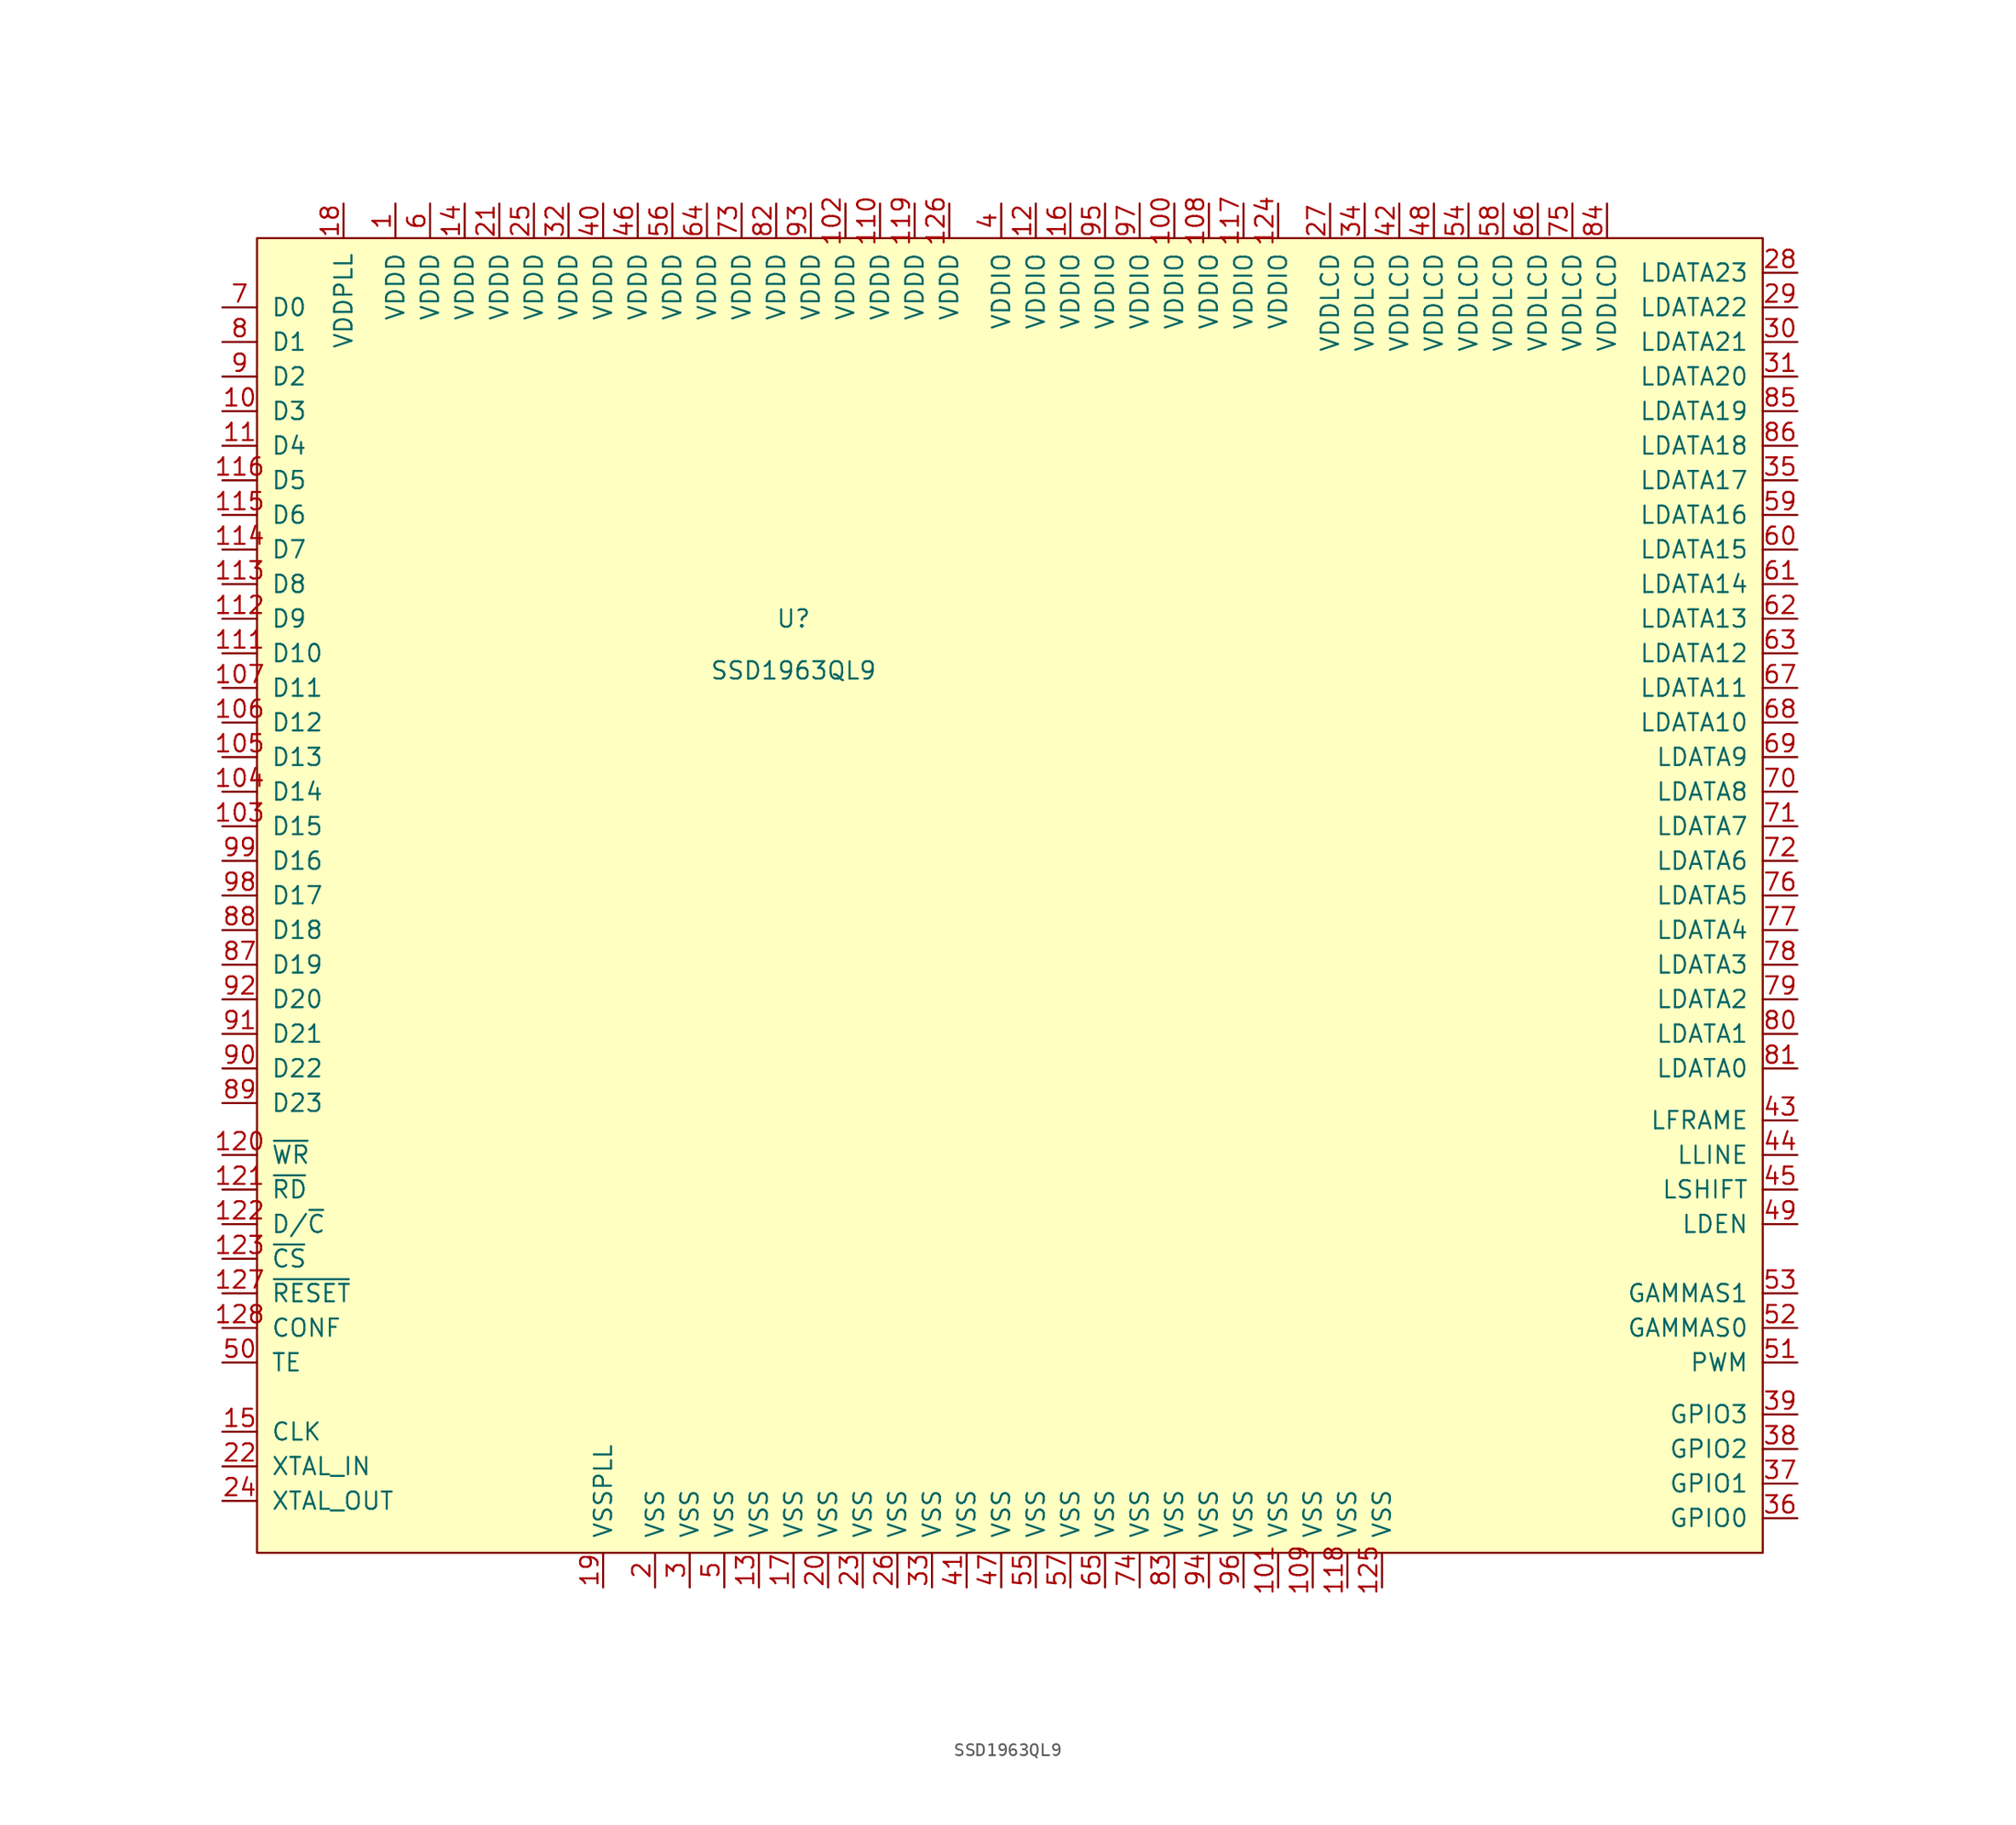
<source format=kicad_sym>
(kicad_symbol_lib
  (version 20241209)
  (generator "kicad_symbol_editor")
  (generator_version "9.0")
  (symbol "SSD1963QL9"
    (pin_names
      (offset 1.016))
    (property "Reference" "U"
      (at -12.7 16.51 0)
      (effects (font (size 1.27 1.27))))
    (property "Value" "SSD1963QL9"
      (at -12.7 12.7 0)
      (effects (font (size 1.27 1.27))))
    (symbol "SSD1963QL9_0_1"
      (rectangle (start -52.07 44.45) (end 58.42 -52.07) (stroke (width 0) (type solid)) (fill (type background))))
    (symbol "SSD1963QL9_1_1"
      (pin input line (at -54.61 39.37 0) (length 2.54) (name "D0" (effects (font (size 1.27 1.27)))) (number "7" (effects (font (size 1.27 1.27)))))
      (pin input line (at -54.61 36.83 0) (length 2.54) (name "D1" (effects (font (size 1.27 1.27)))) (number "8" (effects (font (size 1.27 1.27)))))
      (pin input line (at -54.61 34.29 0) (length 2.54) (name "D2" (effects (font (size 1.27 1.27)))) (number "9" (effects (font (size 1.27 1.27)))))
      (pin input line (at -54.61 31.75 0) (length 2.54) (name "D3" (effects (font (size 1.27 1.27)))) (number "10" (effects (font (size 1.27 1.27)))))
      (pin input line (at -54.61 29.21 0) (length 2.54) (name "D4" (effects (font (size 1.27 1.27)))) (number "11" (effects (font (size 1.27 1.27)))))
      (pin input line (at -54.61 26.67 0) (length 2.54) (name "D5" (effects (font (size 1.27 1.27)))) (number "116" (effects (font (size 1.27 1.27)))))
      (pin input line (at -54.61 24.13 0) (length 2.54) (name "D6" (effects (font (size 1.27 1.27)))) (number "115" (effects (font (size 1.27 1.27)))))
      (pin input line (at -54.61 21.59 0) (length 2.54) (name "D7" (effects (font (size 1.27 1.27)))) (number "114" (effects (font (size 1.27 1.27)))))
      (pin input line (at -54.61 19.05 0) (length 2.54) (name "D8" (effects (font (size 1.27 1.27)))) (number "113" (effects (font (size 1.27 1.27)))))
      (pin input line (at -54.61 16.51 0) (length 2.54) (name "D9" (effects (font (size 1.27 1.27)))) (number "112" (effects (font (size 1.27 1.27)))))
      (pin input line (at -54.61 13.97 0) (length 2.54) (name "D10" (effects (font (size 1.27 1.27)))) (number "111" (effects (font (size 1.27 1.27)))))
      (pin input line (at -54.61 11.43 0) (length 2.54) (name "D11" (effects (font (size 1.27 1.27)))) (number "107" (effects (font (size 1.27 1.27)))))
      (pin input line (at -54.61 8.89 0) (length 2.54) (name "D12" (effects (font (size 1.27 1.27)))) (number "106" (effects (font (size 1.27 1.27)))))
      (pin input line (at -54.61 6.35 0) (length 2.54) (name "D13" (effects (font (size 1.27 1.27)))) (number "105" (effects (font (size 1.27 1.27)))))
      (pin input line (at -54.61 3.81 0) (length 2.54) (name "D14" (effects (font (size 1.27 1.27)))) (number "104" (effects (font (size 1.27 1.27)))))
      (pin input line (at -54.61 1.27 0) (length 2.54) (name "D15" (effects (font (size 1.27 1.27)))) (number "103" (effects (font (size 1.27 1.27)))))
      (pin input line (at -54.61 -1.27 0) (length 2.54) (name "D16" (effects (font (size 1.27 1.27)))) (number "99" (effects (font (size 1.27 1.27)))))
      (pin input line (at -54.61 -3.81 0) (length 2.54) (name "D17" (effects (font (size 1.27 1.27)))) (number "98" (effects (font (size 1.27 1.27)))))
      (pin input line (at -54.61 -6.35 0) (length 2.54) (name "D18" (effects (font (size 1.27 1.27)))) (number "88" (effects (font (size 1.27 1.27)))))
      (pin input line (at -54.61 -8.89 0) (length 2.54) (name "D19" (effects (font (size 1.27 1.27)))) (number "87" (effects (font (size 1.27 1.27)))))
      (pin input line (at -54.61 -11.43 0) (length 2.54) (name "D20" (effects (font (size 1.27 1.27)))) (number "92" (effects (font (size 1.27 1.27)))))
      (pin input line (at -54.61 -13.97 0) (length 2.54) (name "D21" (effects (font (size 1.27 1.27)))) (number "91" (effects (font (size 1.27 1.27)))))
      (pin input line (at -54.61 -16.51 0) (length 2.54) (name "D22" (effects (font (size 1.27 1.27)))) (number "90" (effects (font (size 1.27 1.27)))))
      (pin input line (at -54.61 -19.05 0) (length 2.54) (name "D23" (effects (font (size 1.27 1.27)))) (number "89" (effects (font (size 1.27 1.27)))))
      (pin input line (at -54.61 -22.86 0) (length 2.54) (name "~{WR}" (effects (font (size 1.27 1.27)))) (number "120" (effects (font (size 1.27 1.27)))))
      (pin input line (at -54.61 -25.4 0) (length 2.54) (name "~{RD}" (effects (font (size 1.27 1.27)))) (number "121" (effects (font (size 1.27 1.27)))))
      (pin input line (at -54.61 -27.94 0) (length 2.54) (name "D/~{C}" (effects (font (size 1.27 1.27)))) (number "122" (effects (font (size 1.27 1.27)))))
      (pin input line (at -54.61 -30.48 0) (length 2.54) (name "~{CS}" (effects (font (size 1.27 1.27)))) (number "123" (effects (font (size 1.27 1.27)))))
      (pin input line (at -54.61 -33.02 0) (length 2.54) (name "~{RESET}" (effects (font (size 1.27 1.27)))) (number "127" (effects (font (size 1.27 1.27)))))
      (pin input line (at -54.61 -35.56 0) (length 2.54) (name "CONF" (effects (font (size 1.27 1.27)))) (number "128" (effects (font (size 1.27 1.27)))))
      (pin input line (at -54.61 -38.1 0) (length 2.54) (name "TE" (effects (font (size 1.27 1.27)))) (number "50" (effects (font (size 1.27 1.27)))))
      (pin input line (at -54.61 -43.18 0) (length 2.54) (name "CLK" (effects (font (size 1.27 1.27)))) (number "15" (effects (font (size 1.27 1.27)))))
      (pin input line (at -54.61 -45.72 0) (length 2.54) (name "XTAL_IN" (effects (font (size 1.27 1.27)))) (number "22" (effects (font (size 1.27 1.27)))))
      (pin input line (at -54.61 -48.26 0) (length 2.54) (name "XTAL_OUT" (effects (font (size 1.27 1.27)))) (number "24" (effects (font (size 1.27 1.27)))))
      (pin power_in line (at -45.72 46.99 270) (length 2.54) (name "VDDPLL" (effects (font (size 1.27 1.27)))) (number "18" (effects (font (size 1.27 1.27)))))
      (pin power_in line (at -41.91 46.99 270) (length 2.54) (name "VDDD" (effects (font (size 1.27 1.27)))) (number "1" (effects (font (size 1.27 1.27)))))
      (pin power_in line (at -39.37 46.99 270) (length 2.54) (name "VDDD" (effects (font (size 1.27 1.27)))) (number "6" (effects (font (size 1.27 1.27)))))
      (pin power_in line (at -36.83 46.99 270) (length 2.54) (name "VDDD" (effects (font (size 1.27 1.27)))) (number "14" (effects (font (size 1.27 1.27)))))
      (pin power_in line (at -34.29 46.99 270) (length 2.54) (name "VDDD" (effects (font (size 1.27 1.27)))) (number "21" (effects (font (size 1.27 1.27)))))
      (pin power_in line (at -31.75 46.99 270) (length 2.54) (name "VDDD" (effects (font (size 1.27 1.27)))) (number "25" (effects (font (size 1.27 1.27)))))
      (pin power_in line (at -29.21 46.99 270) (length 2.54) (name "VDDD" (effects (font (size 1.27 1.27)))) (number "32" (effects (font (size 1.27 1.27)))))
      (pin power_in line (at -26.67 46.99 270) (length 2.54) (name "VDDD" (effects (font (size 1.27 1.27)))) (number "40" (effects (font (size 1.27 1.27)))))
      (pin power_in line (at -26.67 -54.61 90) (length 2.54) (name "VSSPLL" (effects (font (size 1.27 1.27)))) (number "19" (effects (font (size 1.27 1.27)))))
      (pin power_in line (at -24.13 46.99 270) (length 2.54) (name "VDDD" (effects (font (size 1.27 1.27)))) (number "46" (effects (font (size 1.27 1.27)))))
      (pin power_in line (at -22.86 -54.61 90) (length 2.54) (name "VSS" (effects (font (size 1.27 1.27)))) (number "2" (effects (font (size 1.27 1.27)))))
      (pin power_in line (at -21.59 46.99 270) (length 2.54) (name "VDDD" (effects (font (size 1.27 1.27)))) (number "56" (effects (font (size 1.27 1.27)))))
      (pin power_in line (at -20.32 -54.61 90) (length 2.54) (name "VSS" (effects (font (size 1.27 1.27)))) (number "3" (effects (font (size 1.27 1.27)))))
      (pin power_in line (at -19.05 46.99 270) (length 2.54) (name "VDDD" (effects (font (size 1.27 1.27)))) (number "64" (effects (font (size 1.27 1.27)))))
      (pin power_in line (at -17.78 -54.61 90) (length 2.54) (name "VSS" (effects (font (size 1.27 1.27)))) (number "5" (effects (font (size 1.27 1.27)))))
      (pin power_in line (at -16.51 46.99 270) (length 2.54) (name "VDDD" (effects (font (size 1.27 1.27)))) (number "73" (effects (font (size 1.27 1.27)))))
      (pin power_in line (at -15.24 -54.61 90) (length 2.54) (name "VSS" (effects (font (size 1.27 1.27)))) (number "13" (effects (font (size 1.27 1.27)))))
      (pin power_in line (at -13.97 46.99 270) (length 2.54) (name "VDDD" (effects (font (size 1.27 1.27)))) (number "82" (effects (font (size 1.27 1.27)))))
      (pin power_in line (at -12.7 -54.61 90) (length 2.54) (name "VSS" (effects (font (size 1.27 1.27)))) (number "17" (effects (font (size 1.27 1.27)))))
      (pin power_in line (at -11.43 46.99 270) (length 2.54) (name "VDDD" (effects (font (size 1.27 1.27)))) (number "93" (effects (font (size 1.27 1.27)))))
      (pin power_in line (at -10.16 -54.61 90) (length 2.54) (name "VSS" (effects (font (size 1.27 1.27)))) (number "20" (effects (font (size 1.27 1.27)))))
      (pin power_in line (at -8.89 46.99 270) (length 2.54) (name "VDDD" (effects (font (size 1.27 1.27)))) (number "102" (effects (font (size 1.27 1.27)))))
      (pin power_in line (at -7.62 -54.61 90) (length 2.54) (name "VSS" (effects (font (size 1.27 1.27)))) (number "23" (effects (font (size 1.27 1.27)))))
      (pin power_in line (at -6.35 46.99 270) (length 2.54) (name "VDDD" (effects (font (size 1.27 1.27)))) (number "110" (effects (font (size 1.27 1.27)))))
      (pin power_in line (at -5.08 -54.61 90) (length 2.54) (name "VSS" (effects (font (size 1.27 1.27)))) (number "26" (effects (font (size 1.27 1.27)))))
      (pin power_in line (at -3.81 46.99 270) (length 2.54) (name "VDDD" (effects (font (size 1.27 1.27)))) (number "119" (effects (font (size 1.27 1.27)))))
      (pin power_in line (at -2.54 -54.61 90) (length 2.54) (name "VSS" (effects (font (size 1.27 1.27)))) (number "33" (effects (font (size 1.27 1.27)))))
      (pin power_in line (at -1.27 46.99 270) (length 2.54) (name "VDDD" (effects (font (size 1.27 1.27)))) (number "126" (effects (font (size 1.27 1.27)))))
      (pin power_in line (at 0 -54.61 90) (length 2.54) (name "VSS" (effects (font (size 1.27 1.27)))) (number "41" (effects (font (size 1.27 1.27)))))
      (pin power_in line (at 2.54 46.99 270) (length 2.54) (name "VDDIO" (effects (font (size 1.27 1.27)))) (number "4" (effects (font (size 1.27 1.27)))))
      (pin power_in line (at 2.54 -54.61 90) (length 2.54) (name "VSS" (effects (font (size 1.27 1.27)))) (number "47" (effects (font (size 1.27 1.27)))))
      (pin power_in line (at 5.08 46.99 270) (length 2.54) (name "VDDIO" (effects (font (size 1.27 1.27)))) (number "12" (effects (font (size 1.27 1.27)))))
      (pin power_in line (at 5.08 -54.61 90) (length 2.54) (name "VSS" (effects (font (size 1.27 1.27)))) (number "55" (effects (font (size 1.27 1.27)))))
      (pin power_in line (at 7.62 46.99 270) (length 2.54) (name "VDDIO" (effects (font (size 1.27 1.27)))) (number "16" (effects (font (size 1.27 1.27)))))
      (pin power_in line (at 7.62 -54.61 90) (length 2.54) (name "VSS" (effects (font (size 1.27 1.27)))) (number "57" (effects (font (size 1.27 1.27)))))
      (pin power_in line (at 10.16 46.99 270) (length 2.54) (name "VDDIO" (effects (font (size 1.27 1.27)))) (number "95" (effects (font (size 1.27 1.27)))))
      (pin power_in line (at 10.16 -54.61 90) (length 2.54) (name "VSS" (effects (font (size 1.27 1.27)))) (number "65" (effects (font (size 1.27 1.27)))))
      (pin power_in line (at 12.7 46.99 270) (length 2.54) (name "VDDIO" (effects (font (size 1.27 1.27)))) (number "97" (effects (font (size 1.27 1.27)))))
      (pin power_in line (at 12.7 -54.61 90) (length 2.54) (name "VSS" (effects (font (size 1.27 1.27)))) (number "74" (effects (font (size 1.27 1.27)))))
      (pin power_in line (at 15.24 46.99 270) (length 2.54) (name "VDDIO" (effects (font (size 1.27 1.27)))) (number "100" (effects (font (size 1.27 1.27)))))
      (pin power_in line (at 15.24 -54.61 90) (length 2.54) (name "VSS" (effects (font (size 1.27 1.27)))) (number "83" (effects (font (size 1.27 1.27)))))
      (pin power_in line (at 17.78 46.99 270) (length 2.54) (name "VDDIO" (effects (font (size 1.27 1.27)))) (number "108" (effects (font (size 1.27 1.27)))))
      (pin power_in line (at 17.78 -54.61 90) (length 2.54) (name "VSS" (effects (font (size 1.27 1.27)))) (number "94" (effects (font (size 1.27 1.27)))))
      (pin power_in line (at 20.32 46.99 270) (length 2.54) (name "VDDIO" (effects (font (size 1.27 1.27)))) (number "117" (effects (font (size 1.27 1.27)))))
      (pin power_in line (at 20.32 -54.61 90) (length 2.54) (name "VSS" (effects (font (size 1.27 1.27)))) (number "96" (effects (font (size 1.27 1.27)))))
      (pin power_in line (at 22.86 46.99 270) (length 2.54) (name "VDDIO" (effects (font (size 1.27 1.27)))) (number "124" (effects (font (size 1.27 1.27)))))
      (pin power_in line (at 22.86 -54.61 90) (length 2.54) (name "VSS" (effects (font (size 1.27 1.27)))) (number "101" (effects (font (size 1.27 1.27)))))
      (pin power_in line (at 25.4 -54.61 90) (length 2.54) (name "VSS" (effects (font (size 1.27 1.27)))) (number "109" (effects (font (size 1.27 1.27)))))
      (pin power_in line (at 26.67 46.99 270) (length 2.54) (name "VDDLCD" (effects (font (size 1.27 1.27)))) (number "27" (effects (font (size 1.27 1.27)))))
      (pin power_in line (at 27.94 -54.61 90) (length 2.54) (name "VSS" (effects (font (size 1.27 1.27)))) (number "118" (effects (font (size 1.27 1.27)))))
      (pin power_in line (at 29.21 46.99 270) (length 2.54) (name "VDDLCD" (effects (font (size 1.27 1.27)))) (number "34" (effects (font (size 1.27 1.27)))))
      (pin power_in line (at 30.48 -54.61 90) (length 2.54) (name "VSS" (effects (font (size 1.27 1.27)))) (number "125" (effects (font (size 1.27 1.27)))))
      (pin power_in line (at 31.75 46.99 270) (length 2.54) (name "VDDLCD" (effects (font (size 1.27 1.27)))) (number "42" (effects (font (size 1.27 1.27)))))
      (pin power_in line (at 34.29 46.99 270) (length 2.54) (name "VDDLCD" (effects (font (size 1.27 1.27)))) (number "48" (effects (font (size 1.27 1.27)))))
      (pin power_in line (at 36.83 46.99 270) (length 2.54) (name "VDDLCD" (effects (font (size 1.27 1.27)))) (number "54" (effects (font (size 1.27 1.27)))))
      (pin power_in line (at 39.37 46.99 270) (length 2.54) (name "VDDLCD" (effects (font (size 1.27 1.27)))) (number "58" (effects (font (size 1.27 1.27)))))
      (pin power_in line (at 41.91 46.99 270) (length 2.54) (name "VDDLCD" (effects (font (size 1.27 1.27)))) (number "66" (effects (font (size 1.27 1.27)))))
      (pin power_in line (at 44.45 46.99 270) (length 2.54) (name "VDDLCD" (effects (font (size 1.27 1.27)))) (number "75" (effects (font (size 1.27 1.27)))))
      (pin power_in line (at 46.99 46.99 270) (length 2.54) (name "VDDLCD" (effects (font (size 1.27 1.27)))) (number "84" (effects (font (size 1.27 1.27)))))
      (pin input line (at 60.96 41.91 180) (length 2.54) (name "LDATA23" (effects (font (size 1.27 1.27)))) (number "28" (effects (font (size 1.27 1.27)))))
      (pin input line (at 60.96 39.37 180) (length 2.54) (name "LDATA22" (effects (font (size 1.27 1.27)))) (number "29" (effects (font (size 1.27 1.27)))))
      (pin input line (at 60.96 36.83 180) (length 2.54) (name "LDATA21" (effects (font (size 1.27 1.27)))) (number "30" (effects (font (size 1.27 1.27)))))
      (pin input line (at 60.96 34.29 180) (length 2.54) (name "LDATA20" (effects (font (size 1.27 1.27)))) (number "31" (effects (font (size 1.27 1.27)))))
      (pin input line (at 60.96 31.75 180) (length 2.54) (name "LDATA19" (effects (font (size 1.27 1.27)))) (number "85" (effects (font (size 1.27 1.27)))))
      (pin input line (at 60.96 29.21 180) (length 2.54) (name "LDATA18" (effects (font (size 1.27 1.27)))) (number "86" (effects (font (size 1.27 1.27)))))
      (pin input line (at 60.96 26.67 180) (length 2.54) (name "LDATA17" (effects (font (size 1.27 1.27)))) (number "35" (effects (font (size 1.27 1.27)))))
      (pin input line (at 60.96 24.13 180) (length 2.54) (name "LDATA16" (effects (font (size 1.27 1.27)))) (number "59" (effects (font (size 1.27 1.27)))))
      (pin input line (at 60.96 21.59 180) (length 2.54) (name "LDATA15" (effects (font (size 1.27 1.27)))) (number "60" (effects (font (size 1.27 1.27)))))
      (pin input line (at 60.96 19.05 180) (length 2.54) (name "LDATA14" (effects (font (size 1.27 1.27)))) (number "61" (effects (font (size 1.27 1.27)))))
      (pin input line (at 60.96 16.51 180) (length 2.54) (name "LDATA13" (effects (font (size 1.27 1.27)))) (number "62" (effects (font (size 1.27 1.27)))))
      (pin input line (at 60.96 13.97 180) (length 2.54) (name "LDATA12" (effects (font (size 1.27 1.27)))) (number "63" (effects (font (size 1.27 1.27)))))
      (pin input line (at 60.96 11.43 180) (length 2.54) (name "LDATA11" (effects (font (size 1.27 1.27)))) (number "67" (effects (font (size 1.27 1.27)))))
      (pin input line (at 60.96 8.89 180) (length 2.54) (name "LDATA10" (effects (font (size 1.27 1.27)))) (number "68" (effects (font (size 1.27 1.27)))))
      (pin input line (at 60.96 6.35 180) (length 2.54) (name "LDATA9" (effects (font (size 1.27 1.27)))) (number "69" (effects (font (size 1.27 1.27)))))
      (pin input line (at 60.96 3.81 180) (length 2.54) (name "LDATA8" (effects (font (size 1.27 1.27)))) (number "70" (effects (font (size 1.27 1.27)))))
      (pin input line (at 60.96 1.27 180) (length 2.54) (name "LDATA7" (effects (font (size 1.27 1.27)))) (number "71" (effects (font (size 1.27 1.27)))))
      (pin input line (at 60.96 -1.27 180) (length 2.54) (name "LDATA6" (effects (font (size 1.27 1.27)))) (number "72" (effects (font (size 1.27 1.27)))))
      (pin input line (at 60.96 -3.81 180) (length 2.54) (name "LDATA5" (effects (font (size 1.27 1.27)))) (number "76" (effects (font (size 1.27 1.27)))))
      (pin input line (at 60.96 -6.35 180) (length 2.54) (name "LDATA4" (effects (font (size 1.27 1.27)))) (number "77" (effects (font (size 1.27 1.27)))))
      (pin input line (at 60.96 -8.89 180) (length 2.54) (name "LDATA3" (effects (font (size 1.27 1.27)))) (number "78" (effects (font (size 1.27 1.27)))))
      (pin input line (at 60.96 -11.43 180) (length 2.54) (name "LDATA2" (effects (font (size 1.27 1.27)))) (number "79" (effects (font (size 1.27 1.27)))))
      (pin input line (at 60.96 -13.97 180) (length 2.54) (name "LDATA1" (effects (font (size 1.27 1.27)))) (number "80" (effects (font (size 1.27 1.27)))))
      (pin input line (at 60.96 -16.51 180) (length 2.54) (name "LDATA0" (effects (font (size 1.27 1.27)))) (number "81" (effects (font (size 1.27 1.27)))))
      (pin input line (at 60.96 -20.32 180) (length 2.54) (name "LFRAME" (effects (font (size 1.27 1.27)))) (number "43" (effects (font (size 1.27 1.27)))))
      (pin input line (at 60.96 -22.86 180) (length 2.54) (name "LLINE" (effects (font (size 1.27 1.27)))) (number "44" (effects (font (size 1.27 1.27)))))
      (pin input line (at 60.96 -25.4 180) (length 2.54) (name "LSHIFT" (effects (font (size 1.27 1.27)))) (number "45" (effects (font (size 1.27 1.27)))))
      (pin input line (at 60.96 -27.94 180) (length 2.54) (name "LDEN" (effects (font (size 1.27 1.27)))) (number "49" (effects (font (size 1.27 1.27)))))
      (pin input line (at 60.96 -33.02 180) (length 2.54) (name "GAMMAS1" (effects (font (size 1.27 1.27)))) (number "53" (effects (font (size 1.27 1.27)))))
      (pin input line (at 60.96 -35.56 180) (length 2.54) (name "GAMMAS0" (effects (font (size 1.27 1.27)))) (number "52" (effects (font (size 1.27 1.27)))))
      (pin input line (at 60.96 -38.1 180) (length 2.54) (name "PWM" (effects (font (size 1.27 1.27)))) (number "51" (effects (font (size 1.27 1.27)))))
      (pin input line (at 60.96 -41.91 180) (length 2.54) (name "GPIO3" (effects (font (size 1.27 1.27)))) (number "39" (effects (font (size 1.27 1.27)))))
      (pin input line (at 60.96 -44.45 180) (length 2.54) (name "GPIO2" (effects (font (size 1.27 1.27)))) (number "38" (effects (font (size 1.27 1.27)))))
      (pin input line (at 60.96 -46.99 180) (length 2.54) (name "GPIO1" (effects (font (size 1.27 1.27)))) (number "37" (effects (font (size 1.27 1.27)))))
      (pin input line (at 60.96 -49.53 180) (length 2.54) (name "GPIO0" (effects (font (size 1.27 1.27)))) (number "36" (effects (font (size 1.27 1.27))))))))
</source>
